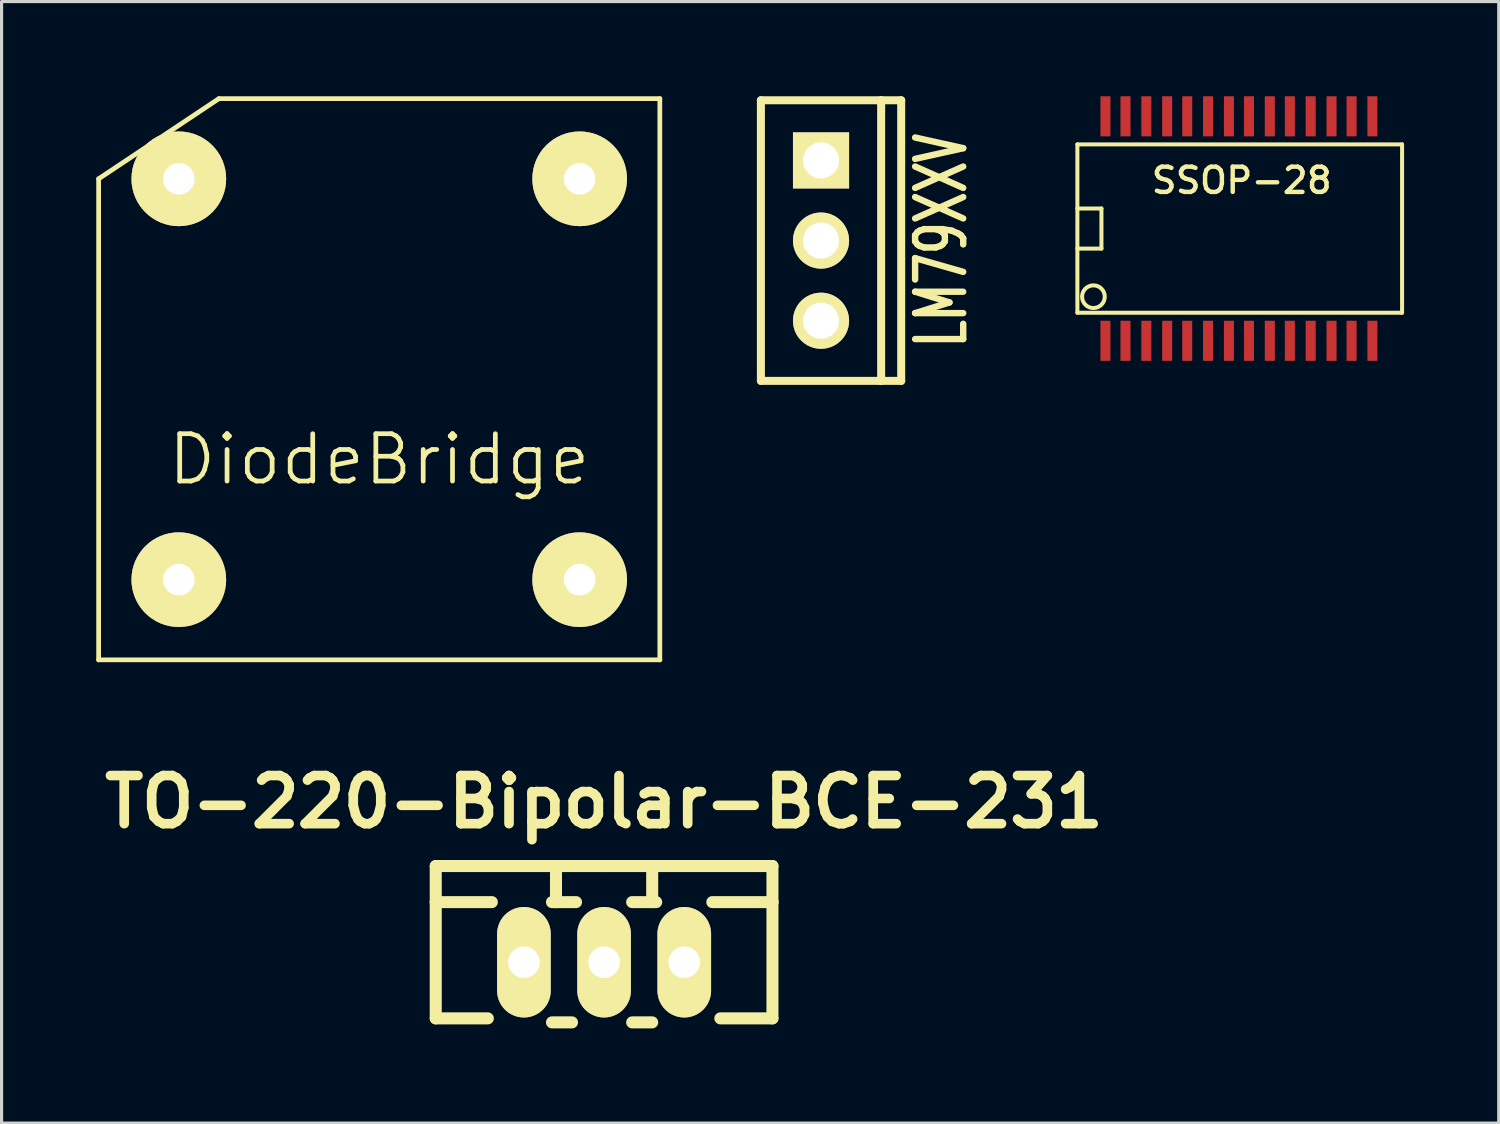
<source format=kicad_pcb>
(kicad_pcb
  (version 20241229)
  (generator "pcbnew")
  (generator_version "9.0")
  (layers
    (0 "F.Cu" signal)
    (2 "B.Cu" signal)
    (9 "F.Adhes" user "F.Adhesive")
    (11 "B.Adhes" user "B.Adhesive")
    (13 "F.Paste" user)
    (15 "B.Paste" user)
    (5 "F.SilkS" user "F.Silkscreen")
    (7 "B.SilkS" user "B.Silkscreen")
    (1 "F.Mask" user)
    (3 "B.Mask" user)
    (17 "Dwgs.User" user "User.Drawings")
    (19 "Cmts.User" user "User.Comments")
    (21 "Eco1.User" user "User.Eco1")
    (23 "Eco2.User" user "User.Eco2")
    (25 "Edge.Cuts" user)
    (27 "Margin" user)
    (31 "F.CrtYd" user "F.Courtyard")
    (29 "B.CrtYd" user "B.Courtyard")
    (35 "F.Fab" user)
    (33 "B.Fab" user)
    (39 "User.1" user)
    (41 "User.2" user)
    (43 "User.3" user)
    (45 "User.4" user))
  (footprint "LM79XXV"
    (layer "F.Cu")
    (at 22.962 4.572)
    (property "Reference" "LM79XXV" (at 3.81 0 90) (layer "F.SilkS") (effects (font (size 1.524 1.016) (thickness 0.203))))
    (attr through_hole)
    (fp_line (start -1.905 -4.445) (end 1.905 -4.445) (stroke (width 0.254) (type solid)) (layer "F.SilkS"))
    (fp_line (start -1.905 4.445) (end -1.905 -4.445) (stroke (width 0.254) (type solid)) (layer "F.SilkS"))
    (fp_line (start 1.905 -4.445) (end 1.905 4.445) (stroke (width 0.254) (type solid)) (layer "F.SilkS"))
    (fp_line (start 1.905 -4.445) (end 2.54 -4.445) (stroke (width 0.254) (type solid)) (layer "F.SilkS"))
    (fp_line (start 1.905 4.445) (end -1.905 4.445) (stroke (width 0.254) (type solid)) (layer "F.SilkS"))
    (fp_line (start 2.54 -4.445) (end 2.54 4.445) (stroke (width 0.254) (type solid)) (layer "F.SilkS"))
    (fp_line (start 2.54 4.445) (end 1.905 4.445) (stroke (width 0.254) (type solid)) (layer "F.SilkS"))
    (pad "GND" thru_hole rect (at 0 -2.54) (size 1.778 1.778) (drill 1.143) (layers "*.Cu" "*.Mask" "F.SilkS"))
    (pad "VI" thru_hole circle (at 0 0) (size 1.778 1.778) (drill 1.143) (layers "*.Cu" "*.Mask" "F.SilkS"))
    (pad "VO" thru_hole circle (at 0 2.54) (size 1.778 1.778) (drill 1.143) (layers "*.Cu" "*.Mask" "F.SilkS")))
  (footprint "TO-220-Bipolar-BCE-231"
    (layer "F.Cu")
    (at 16.089 27.436)
    (property "Reference" "TO-220-Bipolar-BCE-231" (at 0 -5.08 0) (layer "F.SilkS") (effects (font (size 1.524 1.524) (thickness 0.305))))
    (attr through_hole)
    (fp_line (start -5.334 -1.905) (end -5.334 -3.048) (stroke (width 0.381) (type solid)) (layer "F.SilkS"))
    (fp_line (start -5.334 -1.905) (end -3.556 -1.905) (stroke (width 0.381) (type solid)) (layer "F.SilkS"))
    (fp_line (start -5.334 1.778) (end -5.334 -1.905) (stroke (width 0.381) (type solid)) (layer "F.SilkS"))
    (fp_line (start -5.334 1.778) (end -3.683 1.778) (stroke (width 0.381) (type solid)) (layer "F.SilkS"))
    (fp_line (start -1.524 -3.048) (end -1.524 -1.905) (stroke (width 0.381) (type solid)) (layer "F.SilkS"))
    (fp_line (start -1.524 -1.905) (end -1.651 -1.905) (stroke (width 0.381) (type solid)) (layer "F.SilkS"))
    (fp_line (start -1.524 -1.905) (end -0.889 -1.905) (stroke (width 0.381) (type solid)) (layer "F.SilkS"))
    (fp_line (start -1.016 1.905) (end -1.651 1.905) (stroke (width 0.381) (type solid)) (layer "F.SilkS"))
    (fp_line (start 0 -3.048) (end -5.334 -3.048) (stroke (width 0.381) (type solid)) (layer "F.SilkS"))
    (fp_line (start 0 -3.048) (end 5.334 -3.048) (stroke (width 0.381) (type solid)) (layer "F.SilkS"))
    (fp_line (start 0.889 -1.905) (end 1.651 -1.905) (stroke (width 0.381) (type solid)) (layer "F.SilkS"))
    (fp_line (start 1.524 -3.048) (end 1.524 -1.905) (stroke (width 0.381) (type solid)) (layer "F.SilkS"))
    (fp_line (start 1.524 1.905) (end 0.889 1.905) (stroke (width 0.381) (type solid)) (layer "F.SilkS"))
    (fp_line (start 5.334 -3.048) (end 5.334 -1.905) (stroke (width 0.381) (type solid)) (layer "F.SilkS"))
    (fp_line (start 5.334 -1.905) (end 3.429 -1.905) (stroke (width 0.381) (type solid)) (layer "F.SilkS"))
    (fp_line (start 5.334 -1.905) (end 5.334 1.778) (stroke (width 0.381) (type solid)) (layer "F.SilkS"))
    (fp_line (start 5.334 1.778) (end 3.683 1.778) (stroke (width 0.381) (type solid)) (layer "F.SilkS"))
    (pad "1" thru_hole oval (at 2.54 0 90) (size 3.5 1.699) (drill 1.001) (layers "*.Cu" "*.Mask" "F.SilkS"))
    (pad "2" thru_hole oval (at -2.54 0 90) (size 3.5 1.699) (drill 1.001) (layers "*.Cu" "*.Mask" "F.SilkS"))
    (pad "3" thru_hole oval (at 0 0 90) (size 3.5 1.699) (drill 1.001) (layers "*.Cu" "*.Mask" "F.SilkS")))
  (footprint "SSOP-28"
    (layer "F.Cu")
    (at 36.164 4.191)
    (property "Reference" "SSOP-28" (at 0.127 -1.524 0) (layer "F.SilkS") (effects (font (size 0.8 0.8) (thickness 0.14))))
    (attr smd)
    (fp_line (start -5.08 -2.667) (end -5.08 2.667) (stroke (width 0.127) (type solid)) (layer "F.SilkS"))
    (fp_line (start -5.08 -2.667) (end 5.207 -2.667) (stroke (width 0.127) (type solid)) (layer "F.SilkS"))
    (fp_line (start -5.08 -0.635) (end -4.318 -0.635) (stroke (width 0.127) (type solid)) (layer "F.SilkS"))
    (fp_line (start -4.318 -0.635) (end -4.318 0.635) (stroke (width 0.127) (type solid)) (layer "F.SilkS"))
    (fp_line (start -4.318 0.635) (end -5.08 0.635) (stroke (width 0.127) (type solid)) (layer "F.SilkS"))
    (fp_line (start 5.207 -2.667) (end 5.207 2.667) (stroke (width 0.127) (type solid)) (layer "F.SilkS"))
    (fp_line (start 5.207 2.667) (end -5.08 2.667) (stroke (width 0.127) (type solid)) (layer "F.SilkS"))
    (fp_circle (center -4.572 2.159) (end -4.826 1.905) (stroke (width 0.127) (type solid)) (fill no) (layer "F.SilkS"))
    (pad "1" smd rect (at -4.191 3.556) (size 0.318 1.27) (layers "F.Cu" "F.Mask" "F.Paste"))
    (pad "2" smd rect (at -3.556 3.556) (size 0.318 1.27) (layers "F.Cu" "F.Mask" "F.Paste"))
    (pad "3" smd rect (at -2.896 3.556) (size 0.318 1.27) (layers "F.Cu" "F.Mask" "F.Paste"))
    (pad "4" smd rect (at -2.235 3.556) (size 0.318 1.27) (layers "F.Cu" "F.Mask" "F.Paste"))
    (pad "5" smd rect (at -1.6 3.556) (size 0.318 1.27) (layers "F.Cu" "F.Mask" "F.Paste"))
    (pad "6" smd rect (at -0.94 3.556) (size 0.318 1.27) (layers "F.Cu" "F.Mask" "F.Paste"))
    (pad "7" smd rect (at -0.279 3.556) (size 0.318 1.27) (layers "F.Cu" "F.Mask" "F.Paste"))
    (pad "8" smd rect (at 0.356 3.556) (size 0.318 1.27) (layers "F.Cu" "F.Mask" "F.Paste"))
    (pad "9" smd rect (at 1.016 3.556) (size 0.318 1.27) (layers "F.Cu" "F.Mask" "F.Paste"))
    (pad "10" smd rect (at 1.651 3.556) (size 0.318 1.27) (layers "F.Cu" "F.Mask" "F.Paste"))
    (pad "11" smd rect (at 2.311 3.556) (size 0.318 1.27) (layers "F.Cu" "F.Mask" "F.Paste"))
    (pad "12" smd rect (at 2.972 3.556) (size 0.318 1.27) (layers "F.Cu" "F.Mask" "F.Paste"))
    (pad "13" smd rect (at 3.607 3.556) (size 0.318 1.27) (layers "F.Cu" "F.Mask" "F.Paste"))
    (pad "14" smd rect (at 4.267 3.556) (size 0.318 1.27) (layers "F.Cu" "F.Mask" "F.Paste"))
    (pad "15" smd rect (at 4.267 -3.556) (size 0.318 1.27) (layers "F.Cu" "F.Mask" "F.Paste"))
    (pad "16" smd rect (at 3.607 -3.556) (size 0.318 1.27) (layers "F.Cu" "F.Mask" "F.Paste"))
    (pad "17" smd rect (at 2.972 -3.556) (size 0.318 1.27) (layers "F.Cu" "F.Mask" "F.Paste"))
    (pad "18" smd rect (at 2.311 -3.556) (size 0.318 1.27) (layers "F.Cu" "F.Mask" "F.Paste"))
    (pad "19" smd rect (at 1.651 -3.556) (size 0.318 1.27) (layers "F.Cu" "F.Mask" "F.Paste"))
    (pad "20" smd rect (at 1.016 -3.556) (size 0.318 1.27) (layers "F.Cu" "F.Mask" "F.Paste"))
    (pad "21" smd rect (at 0.356 -3.556) (size 0.318 1.27) (layers "F.Cu" "F.Mask" "F.Paste"))
    (pad "22" smd rect (at -0.279 -3.556) (size 0.318 1.27) (layers "F.Cu" "F.Mask" "F.Paste"))
    (pad "23" smd rect (at -0.94 -3.556) (size 0.318 1.27) (layers "F.Cu" "F.Mask" "F.Paste"))
    (pad "24" smd rect (at -1.6 -3.556) (size 0.318 1.27) (layers "F.Cu" "F.Mask" "F.Paste"))
    (pad "25" smd rect (at -2.235 -3.556) (size 0.318 1.27) (layers "F.Cu" "F.Mask" "F.Paste"))
    (pad "26" smd rect (at -2.896 -3.556) (size 0.318 1.27) (layers "F.Cu" "F.Mask" "F.Paste"))
    (pad "27" smd rect (at -3.556 -3.556) (size 0.318 1.27) (layers "F.Cu" "F.Mask" "F.Paste"))
    (pad "28" smd rect (at -4.191 -3.556) (size 0.318 1.27) (layers "F.Cu" "F.Mask" "F.Paste")))
  (footprint "DiodeBridge"
    (layer "F.Cu")
    (at 8.965 8.965)
    (property "Reference" "DiodeBridge" (at 0 2.54 0) (layer "F.SilkS") (effects (font (size 1.5 1.5) (thickness 0.15))))
    (attr through_hole)
    (fp_line (start -8.89 -6.35) (end -8.89 8.89) (stroke (width 0.15) (type solid)) (layer "F.SilkS"))
    (fp_line (start -8.89 8.89) (end 8.89 8.89) (stroke (width 0.15) (type solid)) (layer "F.SilkS"))
    (fp_line (start -5.08 -8.89) (end -8.89 -6.35) (stroke (width 0.15) (type solid)) (layer "F.SilkS"))
    (fp_line (start 8.89 -8.89) (end -5.08 -8.89) (stroke (width 0.15) (type solid)) (layer "F.SilkS"))
    (fp_line (start 8.89 8.89) (end 8.89 -8.89) (stroke (width 0.15) (type solid)) (layer "F.SilkS"))
    (pad "1" thru_hole circle (at 6.35 6.35) (size 3 3) (drill 1) (layers "*.Cu" "*.Mask" "F.SilkS"))
    (pad "2" thru_hole circle (at -6.35 6.35) (size 3 3) (drill 1) (layers "*.Cu" "*.Mask" "F.SilkS"))
    (pad "3" thru_hole circle (at -6.35 -6.35) (size 3 3) (drill 1) (layers "*.Cu" "*.Mask" "F.SilkS"))
    (pad "4" thru_hole circle (at 6.35 -6.35) (size 3 3) (drill 1) (layers "*.Cu" "*.Mask" "F.SilkS")))
  (gr_rect
    (start -3 -3)
    (end 44.434 32.532)
    (stroke (width 0.1) (type default))
    (fill no)
    (layer "Edge.Cuts")))
</source>
